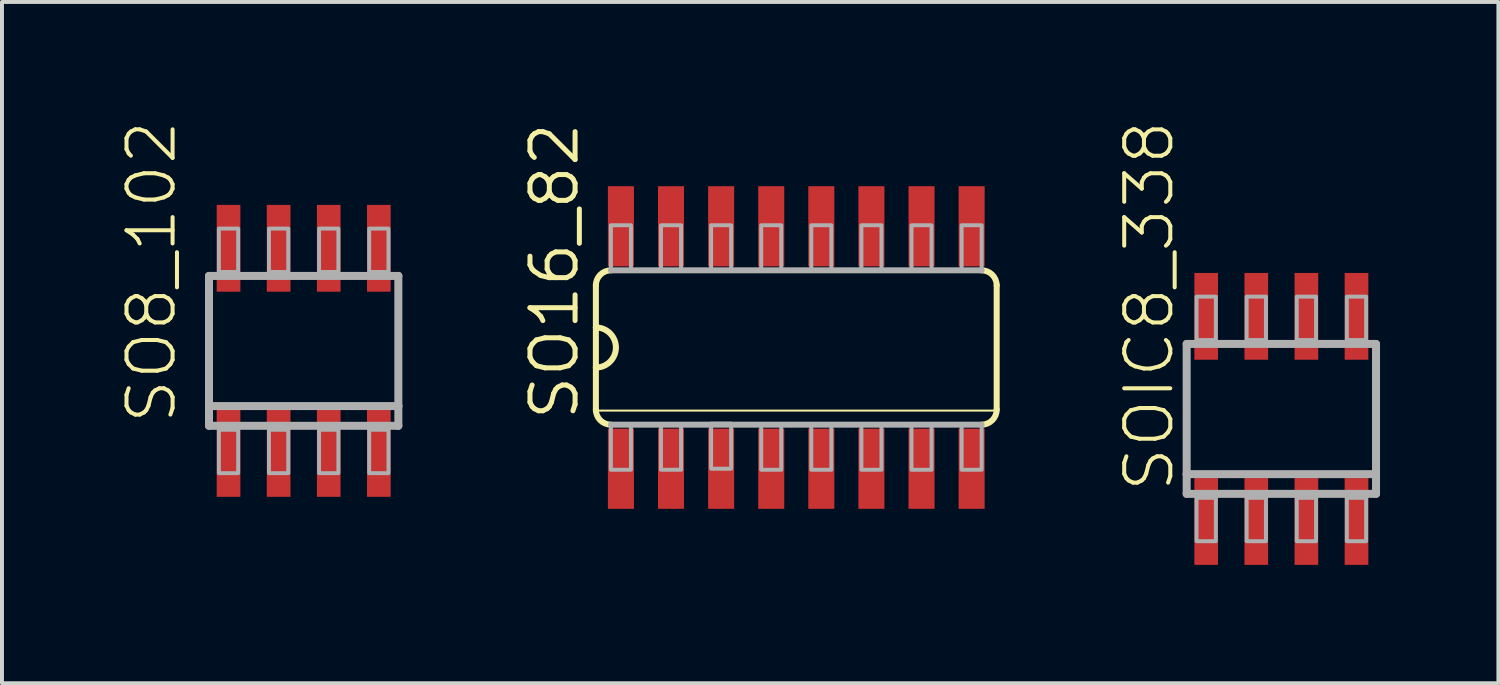
<source format=kicad_pcb>
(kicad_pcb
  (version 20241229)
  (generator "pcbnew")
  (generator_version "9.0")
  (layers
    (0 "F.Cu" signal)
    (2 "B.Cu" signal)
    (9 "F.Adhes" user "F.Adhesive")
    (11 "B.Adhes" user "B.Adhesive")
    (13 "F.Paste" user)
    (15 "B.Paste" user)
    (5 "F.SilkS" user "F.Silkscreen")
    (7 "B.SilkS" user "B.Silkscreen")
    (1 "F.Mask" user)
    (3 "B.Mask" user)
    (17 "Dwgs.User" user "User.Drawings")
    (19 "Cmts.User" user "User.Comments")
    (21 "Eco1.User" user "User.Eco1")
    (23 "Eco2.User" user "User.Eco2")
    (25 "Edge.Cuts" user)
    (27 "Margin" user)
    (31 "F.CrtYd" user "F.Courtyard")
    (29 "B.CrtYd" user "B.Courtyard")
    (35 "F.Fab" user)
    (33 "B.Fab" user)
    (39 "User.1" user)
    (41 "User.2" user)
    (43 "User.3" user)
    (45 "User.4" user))
  (footprint "SO16_82"
    (layer "F.Cu")
    (at 17.135 5.759)
    (property "Reference" "SO16_82" (at -5.461 1.905 90) (unlocked yes) (layer "F.SilkS") (effects (font (size 1.143 1.143) (thickness 0.127)) (justify left bottom)))
    (fp_line (start -5.08 -1.575) (end -5.08 -0.508) (stroke (width 0.152) (type solid)) (layer "F.SilkS"))
    (fp_line (start -5.08 -0.508) (end -5.08 0.508) (stroke (width 0.152) (type solid)) (layer "F.SilkS"))
    (fp_line (start -5.08 0.508) (end -5.08 1.575) (stroke (width 0.152) (type solid)) (layer "F.SilkS"))
    (fp_line (start -5.08 1.6) (end 5.08 1.6) (stroke (width 0.051) (type solid)) (layer "F.SilkS"))
    (fp_line (start 5.08 1.575) (end 5.08 -1.575) (stroke (width 0.152) (type solid)) (layer "F.SilkS"))
    (fp_arc (start -5.08 -1.5748) (mid -4.968408 -1.844208) (end -4.699 -1.9558) (stroke (width 0.1524) (type solid)) (layer "F.SilkS"))
    (fp_arc (start -5.08 -0.508) (mid -4.572 0) (end -5.08 0.508) (stroke (width 0.1524) (type solid)) (layer "F.SilkS"))
    (fp_arc (start -4.699 1.9558) (mid -4.968408 1.844208) (end -5.08 1.5748) (stroke (width 0.1524) (type solid)) (layer "F.SilkS"))
    (fp_arc (start 4.699 -1.9558) (mid 4.968408 -1.844208) (end 5.08 -1.5748) (stroke (width 0.1524) (type solid)) (layer "F.SilkS"))
    (fp_arc (start 5.08 1.5748) (mid 4.968408 1.844208) (end 4.699 1.9558) (stroke (width 0.1524) (type solid)) (layer "F.SilkS"))
    (fp_line (start -4.699 1.956) (end 4.699 1.956) (stroke (width 0.152) (type solid)) (layer "F.Fab"))
    (fp_line (start 4.699 -1.956) (end -4.699 -1.956) (stroke (width 0.152) (type solid)) (layer "F.Fab"))
    (fp_poly (pts (xy -4.699 -1.956) (xy -4.191 -1.956) (xy -4.191 -3.099) (xy -4.699 -3.099)) (stroke (width 0.1) (type default)) (fill no) (layer "F.Fab"))
    (fp_poly (pts (xy -4.699 3.099) (xy -4.191 3.099) (xy -4.191 1.956) (xy -4.699 1.956)) (stroke (width 0.1) (type default)) (fill no) (layer "F.Fab"))
    (fp_poly (pts (xy -3.429 -1.956) (xy -2.921 -1.956) (xy -2.921 -3.099) (xy -3.429 -3.099)) (stroke (width 0.1) (type default)) (fill no) (layer "F.Fab"))
    (fp_poly (pts (xy -3.429 3.099) (xy -2.921 3.099) (xy -2.921 1.956) (xy -3.429 1.956)) (stroke (width 0.1) (type default)) (fill no) (layer "F.Fab"))
    (fp_poly (pts (xy -2.159 -1.956) (xy -1.651 -1.956) (xy -1.651 -3.099) (xy -2.159 -3.099)) (stroke (width 0.1) (type default)) (fill no) (layer "F.Fab"))
    (fp_poly (pts (xy -2.159 3.073) (xy -1.651 3.073) (xy -1.651 1.93) (xy -2.159 1.93)) (stroke (width 0.1) (type default)) (fill no) (layer "F.Fab"))
    (fp_poly (pts (xy -0.889 -1.956) (xy -0.381 -1.956) (xy -0.381 -3.099) (xy -0.889 -3.099)) (stroke (width 0.1) (type default)) (fill no) (layer "F.Fab"))
    (fp_poly (pts (xy -0.889 3.099) (xy -0.381 3.099) (xy -0.381 1.956) (xy -0.889 1.956)) (stroke (width 0.1) (type default)) (fill no) (layer "F.Fab"))
    (fp_poly (pts (xy 0.381 -1.956) (xy 0.889 -1.956) (xy 0.889 -3.099) (xy 0.381 -3.099)) (stroke (width 0.1) (type default)) (fill no) (layer "F.Fab"))
    (fp_poly (pts (xy 0.381 3.099) (xy 0.889 3.099) (xy 0.889 1.956) (xy 0.381 1.956)) (stroke (width 0.1) (type default)) (fill no) (layer "F.Fab"))
    (fp_poly (pts (xy 1.651 -1.956) (xy 2.159 -1.956) (xy 2.159 -3.099) (xy 1.651 -3.099)) (stroke (width 0.1) (type default)) (fill no) (layer "F.Fab"))
    (fp_poly (pts (xy 1.651 3.099) (xy 2.159 3.099) (xy 2.159 1.956) (xy 1.651 1.956)) (stroke (width 0.1) (type default)) (fill no) (layer "F.Fab"))
    (fp_poly (pts (xy 2.921 -1.956) (xy 3.429 -1.956) (xy 3.429 -3.099) (xy 2.921 -3.099)) (stroke (width 0.1) (type default)) (fill no) (layer "F.Fab"))
    (fp_poly (pts (xy 2.921 3.099) (xy 3.429 3.099) (xy 3.429 1.956) (xy 2.921 1.956)) (stroke (width 0.1) (type default)) (fill no) (layer "F.Fab"))
    (fp_poly (pts (xy 4.191 -1.956) (xy 4.699 -1.956) (xy 4.699 -3.099) (xy 4.191 -3.099)) (stroke (width 0.1) (type default)) (fill no) (layer "F.Fab"))
    (fp_poly (pts (xy 4.191 3.099) (xy 4.699 3.099) (xy 4.699 1.956) (xy 4.191 1.956)) (stroke (width 0.1) (type default)) (fill no) (layer "F.Fab"))
    (pad "1" smd rect (at -4.445 3.073) (size 0.66 2.032) (layers "F.Cu" "F.Mask" "F.Paste"))
    (pad "2" smd rect (at -3.175 3.073) (size 0.66 2.032) (layers "F.Cu" "F.Mask" "F.Paste"))
    (pad "3" smd rect (at -1.905 3.073) (size 0.66 2.032) (layers "F.Cu" "F.Mask" "F.Paste"))
    (pad "4" smd rect (at -0.635 3.073) (size 0.66 2.032) (layers "F.Cu" "F.Mask" "F.Paste"))
    (pad "5" smd rect (at 0.635 3.073) (size 0.66 2.032) (layers "F.Cu" "F.Mask" "F.Paste"))
    (pad "6" smd rect (at 1.905 3.073) (size 0.66 2.032) (layers "F.Cu" "F.Mask" "F.Paste"))
    (pad "7" smd rect (at 3.175 3.073) (size 0.66 2.032) (layers "F.Cu" "F.Mask" "F.Paste"))
    (pad "8" smd rect (at 4.445 3.073) (size 0.66 2.032) (layers "F.Cu" "F.Mask" "F.Paste"))
    (pad "9" smd rect (at 4.445 -3.073) (size 0.66 2.032) (layers "F.Cu" "F.Mask" "F.Paste"))
    (pad "10" smd rect (at 3.175 -3.073) (size 0.66 2.032) (layers "F.Cu" "F.Mask" "F.Paste"))
    (pad "11" smd rect (at 1.905 -3.073) (size 0.66 2.032) (layers "F.Cu" "F.Mask" "F.Paste"))
    (pad "12" smd rect (at 0.635 -3.073) (size 0.66 2.032) (layers "F.Cu" "F.Mask" "F.Paste"))
    (pad "13" smd rect (at -0.635 -3.073) (size 0.66 2.032) (layers "F.Cu" "F.Mask" "F.Paste"))
    (pad "14" smd rect (at -1.905 -3.073) (size 0.66 2.032) (layers "F.Cu" "F.Mask" "F.Paste"))
    (pad "15" smd rect (at -3.175 -3.073) (size 0.66 2.032) (layers "F.Cu" "F.Mask" "F.Paste"))
    (pad "16" smd rect (at -4.445 -3.073) (size 0.66 2.032) (layers "F.Cu" "F.Mask" "F.Paste")))
  (footprint "SO8_102"
    (layer "F.Cu")
    (at 4.648 5.844)
    (property "Reference" "SO8_102" (at -3.175 1.905 90) (unlocked yes) (layer "F.SilkS") (effects (font (size 1.168 1.168) (thickness 0.102)) (justify left bottom)))
    (fp_line (start -2.4 -1.9) (end 2.4 -1.9) (stroke (width 0.203) (type solid)) (layer "F.Fab"))
    (fp_line (start -2.4 1.4) (end -2.4 -1.9) (stroke (width 0.203) (type solid)) (layer "F.Fab"))
    (fp_line (start -2.4 1.9) (end -2.4 1.4) (stroke (width 0.203) (type solid)) (layer "F.Fab"))
    (fp_line (start 2.4 -1.9) (end 2.4 1.4) (stroke (width 0.203) (type solid)) (layer "F.Fab"))
    (fp_line (start 2.4 1.4) (end -2.4 1.4) (stroke (width 0.203) (type solid)) (layer "F.Fab"))
    (fp_line (start 2.4 1.4) (end 2.4 1.9) (stroke (width 0.203) (type solid)) (layer "F.Fab"))
    (fp_line (start 2.4 1.9) (end -2.4 1.9) (stroke (width 0.203) (type solid)) (layer "F.Fab"))
    (fp_poly (pts (xy -2.15 -2) (xy -1.66 -2) (xy -1.66 -3.1) (xy -2.15 -3.1)) (stroke (width 0.1) (type default)) (fill no) (layer "F.Fab"))
    (fp_poly (pts (xy -2.15 3.1) (xy -1.66 3.1) (xy -1.66 2) (xy -2.15 2)) (stroke (width 0.1) (type default)) (fill no) (layer "F.Fab"))
    (fp_poly (pts (xy -0.88 -2) (xy -0.39 -2) (xy -0.39 -3.1) (xy -0.88 -3.1)) (stroke (width 0.1) (type default)) (fill no) (layer "F.Fab"))
    (fp_poly (pts (xy -0.88 3.1) (xy -0.39 3.1) (xy -0.39 2) (xy -0.88 2)) (stroke (width 0.1) (type default)) (fill no) (layer "F.Fab"))
    (fp_poly (pts (xy 0.39 -2) (xy 0.88 -2) (xy 0.88 -3.1) (xy 0.39 -3.1)) (stroke (width 0.1) (type default)) (fill no) (layer "F.Fab"))
    (fp_poly (pts (xy 0.39 3.1) (xy 0.88 3.1) (xy 0.88 2) (xy 0.39 2)) (stroke (width 0.1) (type default)) (fill no) (layer "F.Fab"))
    (fp_poly (pts (xy 1.66 -2) (xy 2.15 -2) (xy 2.15 -3.1) (xy 1.66 -3.1)) (stroke (width 0.1) (type default)) (fill no) (layer "F.Fab"))
    (fp_poly (pts (xy 1.66 3.1) (xy 2.15 3.1) (xy 2.15 2) (xy 1.66 2)) (stroke (width 0.1) (type default)) (fill no) (layer "F.Fab"))
    (pad "1" smd rect (at -1.905 2.6) (size 0.6 2.2) (layers "F.Cu" "F.Mask" "F.Paste"))
    (pad "2" smd rect (at -0.635 2.6) (size 0.6 2.2) (layers "F.Cu" "F.Mask" "F.Paste"))
    (pad "3" smd rect (at 0.635 2.6) (size 0.6 2.2) (layers "F.Cu" "F.Mask" "F.Paste"))
    (pad "4" smd rect (at 1.905 2.6) (size 0.6 2.2) (layers "F.Cu" "F.Mask" "F.Paste"))
    (pad "5" smd rect (at 1.905 -2.6) (size 0.6 2.2) (layers "F.Cu" "F.Mask" "F.Paste"))
    (pad "6" smd rect (at 0.635 -2.6) (size 0.6 2.2) (layers "F.Cu" "F.Mask" "F.Paste"))
    (pad "7" smd rect (at -0.635 -2.6) (size 0.6 2.2) (layers "F.Cu" "F.Mask" "F.Paste"))
    (pad "8" smd rect (at -1.905 -2.6) (size 0.6 2.2) (layers "F.Cu" "F.Mask" "F.Paste")))
  (footprint "SOIC8_338"
    (layer "F.Cu")
    (at 29.431 7.569)
    (property "Reference" "SOIC8_338" (at -2.667 1.905 90) (unlocked yes) (layer "F.SilkS") (effects (font (size 1.168 1.168) (thickness 0.102)) (justify left bottom)))
    (fp_line (start -2.4 -1.9) (end 2.4 -1.9) (stroke (width 0.203) (type solid)) (layer "F.Fab"))
    (fp_line (start -2.4 1.4) (end -2.4 -1.9) (stroke (width 0.203) (type solid)) (layer "F.Fab"))
    (fp_line (start -2.4 1.9) (end -2.4 1.4) (stroke (width 0.203) (type solid)) (layer "F.Fab"))
    (fp_line (start 2.4 -1.9) (end 2.4 1.4) (stroke (width 0.203) (type solid)) (layer "F.Fab"))
    (fp_line (start 2.4 1.4) (end -2.4 1.4) (stroke (width 0.203) (type solid)) (layer "F.Fab"))
    (fp_line (start 2.4 1.4) (end 2.4 1.9) (stroke (width 0.203) (type solid)) (layer "F.Fab"))
    (fp_line (start 2.4 1.9) (end -2.4 1.9) (stroke (width 0.203) (type solid)) (layer "F.Fab"))
    (fp_poly (pts (xy -2.15 -2) (xy -1.66 -2) (xy -1.66 -3.1) (xy -2.15 -3.1)) (stroke (width 0.1) (type default)) (fill no) (layer "F.Fab"))
    (fp_poly (pts (xy -2.15 3.1) (xy -1.66 3.1) (xy -1.66 2) (xy -2.15 2)) (stroke (width 0.1) (type default)) (fill no) (layer "F.Fab"))
    (fp_poly (pts (xy -0.88 -2) (xy -0.39 -2) (xy -0.39 -3.1) (xy -0.88 -3.1)) (stroke (width 0.1) (type default)) (fill no) (layer "F.Fab"))
    (fp_poly (pts (xy -0.88 3.1) (xy -0.39 3.1) (xy -0.39 2) (xy -0.88 2)) (stroke (width 0.1) (type default)) (fill no) (layer "F.Fab"))
    (fp_poly (pts (xy 0.39 -2) (xy 0.88 -2) (xy 0.88 -3.1) (xy 0.39 -3.1)) (stroke (width 0.1) (type default)) (fill no) (layer "F.Fab"))
    (fp_poly (pts (xy 0.39 3.1) (xy 0.88 3.1) (xy 0.88 2) (xy 0.39 2)) (stroke (width 0.1) (type default)) (fill no) (layer "F.Fab"))
    (fp_poly (pts (xy 1.66 -2) (xy 2.15 -2) (xy 2.15 -3.1) (xy 1.66 -3.1)) (stroke (width 0.1) (type default)) (fill no) (layer "F.Fab"))
    (fp_poly (pts (xy 1.66 3.1) (xy 2.15 3.1) (xy 2.15 2) (xy 1.66 2)) (stroke (width 0.1) (type default)) (fill no) (layer "F.Fab"))
    (pad "1" smd rect (at -1.905 2.6) (size 0.6 2.2) (layers "F.Cu" "F.Mask" "F.Paste"))
    (pad "2" smd rect (at -0.635 2.6) (size 0.6 2.2) (layers "F.Cu" "F.Mask" "F.Paste"))
    (pad "3" smd rect (at 0.635 2.6) (size 0.6 2.2) (layers "F.Cu" "F.Mask" "F.Paste"))
    (pad "4" smd rect (at 1.905 2.6) (size 0.6 2.2) (layers "F.Cu" "F.Mask" "F.Paste"))
    (pad "5" smd rect (at 1.905 -2.6) (size 0.6 2.2) (layers "F.Cu" "F.Mask" "F.Paste"))
    (pad "6" smd rect (at 0.635 -2.6) (size 0.6 2.2) (layers "F.Cu" "F.Mask" "F.Paste"))
    (pad "7" smd rect (at -0.635 -2.6) (size 0.6 2.2) (layers "F.Cu" "F.Mask" "F.Paste"))
    (pad "8" smd rect (at -1.905 -2.6) (size 0.6 2.2) (layers "F.Cu" "F.Mask" "F.Paste")))
  (gr_rect
    (start -3 -3)
    (end 34.933 14.269)
    (stroke (width 0.1) (type default))
    (fill no)
    (layer "Edge.Cuts")))
</source>
